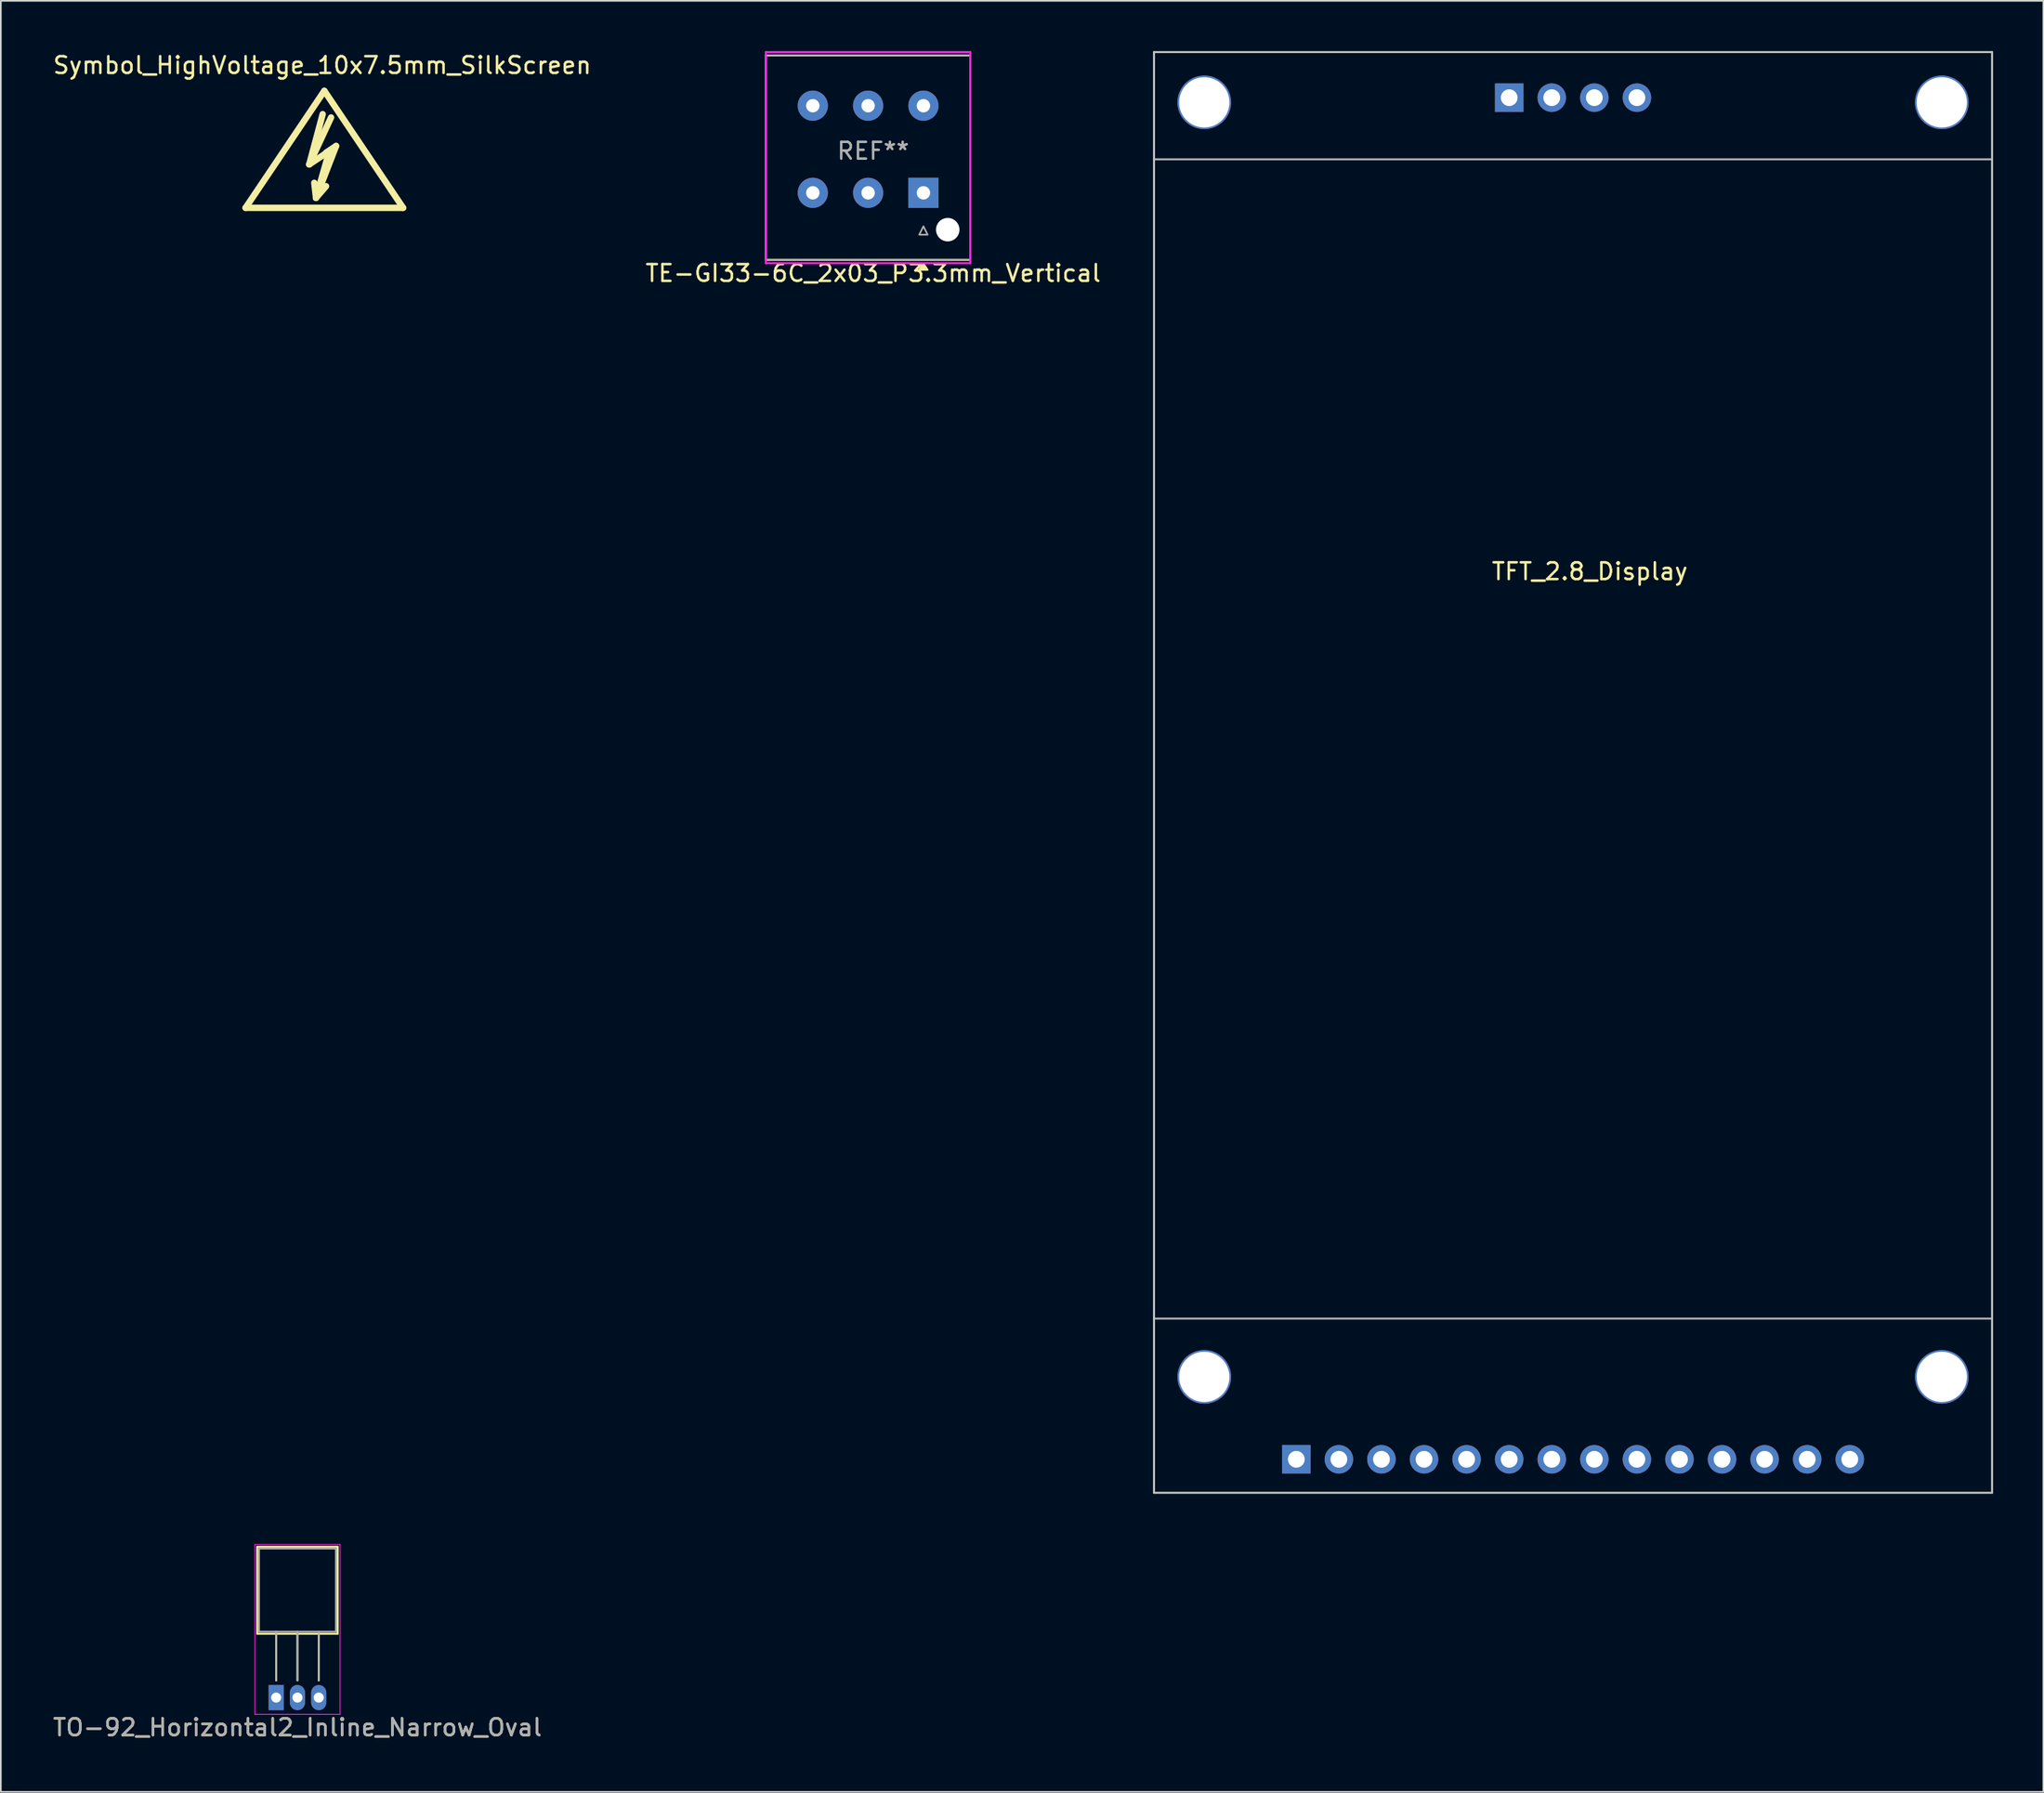
<source format=kicad_pcb>
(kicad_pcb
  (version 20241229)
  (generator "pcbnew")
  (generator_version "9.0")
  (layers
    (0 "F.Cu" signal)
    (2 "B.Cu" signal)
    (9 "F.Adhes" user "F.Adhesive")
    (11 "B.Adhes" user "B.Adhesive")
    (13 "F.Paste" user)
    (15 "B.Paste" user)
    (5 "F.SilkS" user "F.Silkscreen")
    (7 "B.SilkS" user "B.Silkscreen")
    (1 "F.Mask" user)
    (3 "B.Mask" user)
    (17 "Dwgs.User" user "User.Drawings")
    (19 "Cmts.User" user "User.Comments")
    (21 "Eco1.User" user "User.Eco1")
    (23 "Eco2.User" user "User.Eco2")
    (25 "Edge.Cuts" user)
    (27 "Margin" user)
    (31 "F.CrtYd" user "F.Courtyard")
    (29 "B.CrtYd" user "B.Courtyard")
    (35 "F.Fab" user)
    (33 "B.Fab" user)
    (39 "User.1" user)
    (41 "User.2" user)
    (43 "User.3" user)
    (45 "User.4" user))
  (footprint "TO-92_Horizontal2_Inline_Narrow_Oval"
    (layer "F.Cu")
    (at 13.426 98.285)
    (property "Reference" "TO-92_Horizontal2_Inline_Narrow_Oval" (at 1.27 1.78 0) (layer "F.SilkS") (effects (font (size 1 1) (thickness 0.15))))
    (attr through_hole)
    (fp_line (start -1.13 -9) (end -1.13 -3.81) (stroke (width 0.12) (type solid)) (layer "F.SilkS"))
    (fp_line (start -1.13 -3.81) (end 3.67 -3.81) (stroke (width 0.12) (type solid)) (layer "F.SilkS"))
    (fp_line (start 0 -1.02) (end 0 -3.81) (stroke (width 0.12) (type solid)) (layer "F.SilkS"))
    (fp_line (start 1.27 -1.02) (end 1.27 -3.81) (stroke (width 0.12) (type solid)) (layer "F.SilkS"))
    (fp_line (start 2.54 -1.02) (end 2.54 -3.81) (stroke (width 0.12) (type solid)) (layer "F.SilkS"))
    (fp_line (start 3.67 -9) (end -1.13 -9) (stroke (width 0.12) (type solid)) (layer "F.SilkS"))
    (fp_line (start 3.67 -3.81) (end 3.67 -9) (stroke (width 0.12) (type solid)) (layer "F.SilkS"))
    (fp_line (start -1.27 -9.14) (end -1.27 1) (stroke (width 0.05) (type solid)) (layer "F.CrtYd"))
    (fp_line (start -1.27 -9.14) (end 3.81 -9.14) (stroke (width 0.05) (type solid)) (layer "F.CrtYd"))
    (fp_line (start 3.81 1) (end -1.27 1) (stroke (width 0.05) (type solid)) (layer "F.CrtYd"))
    (fp_line (start 3.81 1) (end 3.81 -9.14) (stroke (width 0.05) (type solid)) (layer "F.CrtYd"))
    (fp_line (start -1.02 -8.89) (end -1.02 -3.94) (stroke (width 0.1) (type solid)) (layer "F.Fab"))
    (fp_line (start -1.02 -3.94) (end 3.56 -3.94) (stroke (width 0.1) (type solid)) (layer "F.Fab"))
    (fp_line (start 0 -3.94) (end 0 -1.02) (stroke (width 0.1) (type solid)) (layer "F.Fab"))
    (fp_line (start 1.27 -3.94) (end 1.27 -1.02) (stroke (width 0.1) (type solid)) (layer "F.Fab"))
    (fp_line (start 2.54 -3.94) (end 2.54 -1.02) (stroke (width 0.1) (type solid)) (layer "F.Fab"))
    (fp_line (start 3.56 -8.89) (end -1.02 -8.89) (stroke (width 0.1) (type solid)) (layer "F.Fab"))
    (fp_line (start 3.56 -3.94) (end 3.56 -8.89) (stroke (width 0.1) (type solid)) (layer "F.Fab"))
    (fp_text user "${REFERENCE}" (at 1.27 1.78 0) (layer "F.Fab") (effects (font (size 1 1) (thickness 0.15))))
    (pad "1" thru_hole rect (at 0 0 180) (size 0.9 1.5) (drill 0.6) (layers "*.Cu" "*.Mask"))
    (pad "2" thru_hole oval (at 1.27 0 180) (size 0.9 1.5) (drill 0.6) (layers "*.Cu" "*.Mask"))
    (pad "3" thru_hole oval (at 2.54 0 180) (size 0.9 1.5) (drill 0.6) (layers "*.Cu" "*.Mask")))
  (footprint "TE-GI33-6C_2x03_P3.3mm_Vertical"
    (layer "F.Cu")
    (at 52.042 8.46)
    (property "Reference" "TE-GI33-6C_2x03_P3.3mm_Vertical" (at -3 4.8 0) (layer "F.SilkS") (effects (font (size 1 1) (thickness 0.15))))
    (attr through_hole)
    (fp_line (start -9.4 -8.2) (end 2.8 -8.2) (stroke (width 0.12) (type solid)) (layer "F.SilkS"))
    (fp_line (start -9.4 4) (end -9.4 -8.2) (stroke (width 0.12) (type solid)) (layer "F.SilkS"))
    (fp_line (start 2.8 -8.2) (end 2.8 4) (stroke (width 0.12) (type solid)) (layer "F.SilkS"))
    (fp_line (start 2.8 4) (end -9.4 4) (stroke (width 0.12) (type solid)) (layer "F.SilkS"))
    (fp_poly (pts (xy 0.254 4.6) (xy -0.254 4.6) (xy 0 4.21)) (stroke (width 0.1) (type solid)) (fill yes) (layer "F.SilkS"))
    (fp_line (start -9.4 -8.4) (end 2.8 -8.4) (stroke (width 0.12) (type solid)) (layer "F.CrtYd"))
    (fp_line (start -9.4 4.2) (end -9.4 -8.4) (stroke (width 0.12) (type solid)) (layer "F.CrtYd"))
    (fp_line (start -9.4 4.2) (end 2.8 4.2) (stroke (width 0.12) (type solid)) (layer "F.CrtYd"))
    (fp_line (start 2.8 4.2) (end 2.8 -8.4) (stroke (width 0.12) (type solid)) (layer "F.CrtYd"))
    (fp_line (start -9.4 -8.2) (end 2.8 -8.2) (stroke (width 0.12) (type solid)) (layer "F.Fab"))
    (fp_line (start -9.4 4) (end -9.4 -8.2) (stroke (width 0.12) (type solid)) (layer "F.Fab"))
    (fp_line (start 2.8 -8.2) (end 2.8 4) (stroke (width 0.12) (type solid)) (layer "F.Fab"))
    (fp_line (start 2.8 4) (end -9.4 4) (stroke (width 0.12) (type solid)) (layer "F.Fab"))
    (fp_poly (pts (xy 0.25 2.5) (xy -0.25 2.5) (xy 0 2)) (stroke (width 0.1) (type solid)) (fill no) (layer "F.Fab"))
    (fp_text user "REF**" (at -3 -2.5 0) (layer "F.Fab") (effects (font (size 1 1) (thickness 0.15))))
    (pad "" np_thru_hole circle (at 1.45 2.2) (size 1.4 1.4) (drill 1.4) (layers "*.Cu" "*.Mask"))
    (pad "1" thru_hole rect (at 0 0) (size 1.8 1.8) (drill 0.8) (layers "*.Cu" "*.Mask"))
    (pad "2" thru_hole circle (at -3.3 0) (size 1.8 1.8) (drill 0.8) (layers "*.Cu" "*.Mask"))
    (pad "3" thru_hole circle (at -6.6 0) (size 1.8 1.8) (drill 0.8) (layers "*.Cu" "*.Mask"))
    (pad "4" thru_hole circle (at -6.6 -5.2) (size 1.8 1.8) (drill 0.8) (layers "*.Cu" "*.Mask"))
    (pad "5" thru_hole circle (at -3.3 -5.2) (size 1.8 1.8) (drill 0.8) (layers "*.Cu" "*.Mask"))
    (pad "6" thru_hole circle (at 0 -5.2) (size 1.8 1.8) (drill 0.8) (layers "*.Cu" "*.Mask")))
  (footprint "Symbol_HighVoltage_10x7.5mm_SilkScreen"
    (layer "F.Cu")
    (at 16.3 6.563)
    (property "Reference" "Symbol_HighVoltage_10x7.5mm_SilkScreen" (at -0.127 -5.715 0) (layer "F.SilkS") (effects (font (size 1 1) (thickness 0.15))))
    (attr through_hole)
    (fp_line (start -4.699 2.794) (end 0 -4.191) (stroke (width 0.381) (type solid)) (layer "F.SilkS"))
    (fp_line (start -0.899 0.201) (end 0.3 -0.599) (stroke (width 0.381) (type solid)) (layer "F.SilkS"))
    (fp_line (start -0.899 0.201) (end 0.401 -2.601) (stroke (width 0.381) (type solid)) (layer "F.SilkS"))
    (fp_line (start -0.498 2.2) (end -0.599 1.3) (stroke (width 0.381) (type solid)) (layer "F.SilkS"))
    (fp_line (start -0.498 2.2) (end 0.102 1.501) (stroke (width 0.381) (type solid)) (layer "F.SilkS"))
    (fp_line (start -0.498 2.2) (end 0.701 -0.899) (stroke (width 0.381) (type solid)) (layer "F.SilkS"))
    (fp_line (start -0.099 -2.799) (end -0.899 0.201) (stroke (width 0.381) (type solid)) (layer "F.SilkS"))
    (fp_line (start 0 -4.191) (end 4.699 2.794) (stroke (width 0.381) (type solid)) (layer "F.SilkS"))
    (fp_line (start 0.3 -0.599) (end -0.498 2.2) (stroke (width 0.381) (type solid)) (layer "F.SilkS"))
    (fp_line (start 0.701 -0.899) (end 0.102 -0.5) (stroke (width 0.381) (type solid)) (layer "F.SilkS"))
    (fp_line (start 4.699 2.794) (end -4.699 2.794) (stroke (width 0.381) (type solid)) (layer "F.SilkS")))
  (footprint "TFT_2.8_Display"
    (layer "F.Cu")
    (at 68.798 3.06)
    (property "Reference" "TFT_2.8_Display" (at 23 28 0) (layer "F.SilkS") (effects (font (size 1 1) (thickness 0.15))))
    (attr through_hole)
    (fp_line (start -3 -3) (end 47 -3) (stroke (width 0.12) (type solid)) (layer "Dwgs.User"))
    (fp_line (start -3 83) (end -3 -3) (stroke (width 0.12) (type solid)) (layer "Dwgs.User"))
    (fp_line (start 47 -3) (end 47 83) (stroke (width 0.12) (type solid)) (layer "Dwgs.User"))
    (fp_line (start 47 83) (end -3 83) (stroke (width 0.12) (type solid)) (layer "Dwgs.User"))
    (fp_line (start -3 3.4) (end 47 3.4) (stroke (width 0.12) (type solid)) (layer "F.Fab"))
    (fp_line (start -3 72.6) (end 47 72.6) (stroke (width 0.12) (type solid)) (layer "F.Fab"))
    (pad "" np_thru_hole circle (at 0 0) (size 3.2 3.2) (drill 3) (layers "*.Cu" "*.Mask"))
    (pad "" np_thru_hole circle (at 0 76.08) (size 3.2 3.2) (drill 3) (layers "*.Cu" "*.Mask"))
    (pad "" np_thru_hole circle (at 44 0) (size 3.2 3.2) (drill 3) (layers "*.Cu" "*.Mask"))
    (pad "" np_thru_hole circle (at 44 76.08) (size 3.2 3.2) (drill 3) (layers "*.Cu" "*.Mask"))
    (pad "1" thru_hole rect (at 5.49 81) (size 1.7 1.7) (drill 1) (layers "*.Cu" "*.Mask"))
    (pad "2" thru_hole circle (at 8.03 81) (size 1.7 1.7) (drill 1) (layers "*.Cu" "*.Mask"))
    (pad "3" thru_hole circle (at 10.57 81) (size 1.7 1.7) (drill 1) (layers "*.Cu" "*.Mask"))
    (pad "4" thru_hole circle (at 13.11 81) (size 1.7 1.7) (drill 1) (layers "*.Cu" "*.Mask"))
    (pad "5" thru_hole circle (at 15.65 81) (size 1.7 1.7) (drill 1) (layers "*.Cu" "*.Mask"))
    (pad "6" thru_hole circle (at 18.19 81) (size 1.7 1.7) (drill 1) (layers "*.Cu" "*.Mask"))
    (pad "7" thru_hole circle (at 20.73 81) (size 1.7 1.7) (drill 1) (layers "*.Cu" "*.Mask"))
    (pad "8" thru_hole circle (at 23.27 81) (size 1.7 1.7) (drill 1) (layers "*.Cu" "*.Mask"))
    (pad "9" thru_hole circle (at 25.81 81) (size 1.7 1.7) (drill 1) (layers "*.Cu" "*.Mask"))
    (pad "10" thru_hole circle (at 28.35 81) (size 1.7 1.7) (drill 1) (layers "*.Cu" "*.Mask"))
    (pad "11" thru_hole circle (at 30.89 81) (size 1.7 1.7) (drill 1) (layers "*.Cu" "*.Mask"))
    (pad "12" thru_hole circle (at 33.43 81) (size 1.7 1.7) (drill 1) (layers "*.Cu" "*.Mask"))
    (pad "13" thru_hole circle (at 35.97 81) (size 1.7 1.7) (drill 1) (layers "*.Cu" "*.Mask"))
    (pad "14" thru_hole circle (at 38.51 81) (size 1.7 1.7) (drill 1) (layers "*.Cu" "*.Mask"))
    (pad "21" thru_hole rect (at 18.19 -0.28) (size 1.7 1.7) (drill 1) (layers "*.Cu" "*.Mask"))
    (pad "22" thru_hole circle (at 20.73 -0.28) (size 1.7 1.7) (drill 1) (layers "*.Cu" "*.Mask"))
    (pad "23" thru_hole circle (at 23.27 -0.28) (size 1.7 1.7) (drill 1) (layers "*.Cu" "*.Mask"))
    (pad "24" thru_hole circle (at 25.81 -0.28) (size 1.7 1.7) (drill 1) (layers "*.Cu" "*.Mask")))
  (gr_rect
    (start -3 -3)
    (end 118.858 103.913)
    (stroke (width 0.1) (type default))
    (fill no)
    (layer "Edge.Cuts")))
</source>
